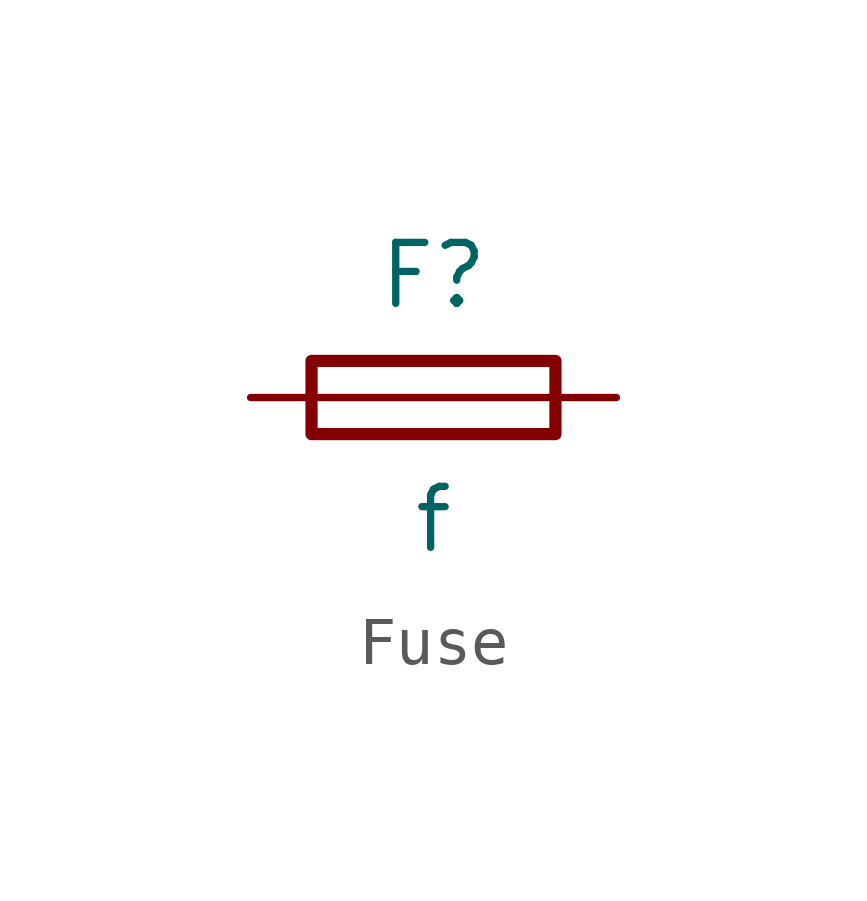
<source format=kicad_sym>
(kicad_symbol_lib
  (version 20220914)
  (generator kicad_symbol_editor)
  (symbol "Fuse"
    (pin_numbers hide)
    (pin_names hide)
    (property "Reference" "F"
      (at 0 2.54 0)
      (effects (font (size 1.27 1.27))))
    (property "Value" "f"
      (at 0 -2.54 0)
      (effects (font (size 1.27 1.27))))
    (symbol "Fuse_0_1"
      (rectangle (start -2.54 0.762) (end 2.54 -0.762) (stroke (width 0.254) (type default)) (fill (type none)))
      (polyline (pts (xy -2.54 0) (xy 2.54 0)) (stroke (width 0) (type default)) (fill (type none))))
    (symbol "Fuse_1_1"
      (pin passive line (at -3.81 0 0) (length 1.27) (name "~" (effects (font (size 1.27 1.27)))) (number "1" (effects (font (size 1.27 1.27)))))
      (pin passive line (at 3.81 0 180) (length 1.27) (name "~" (effects (font (size 1.27 1.27)))) (number "2" (effects (font (size 1.27 1.27))))))))
</source>
